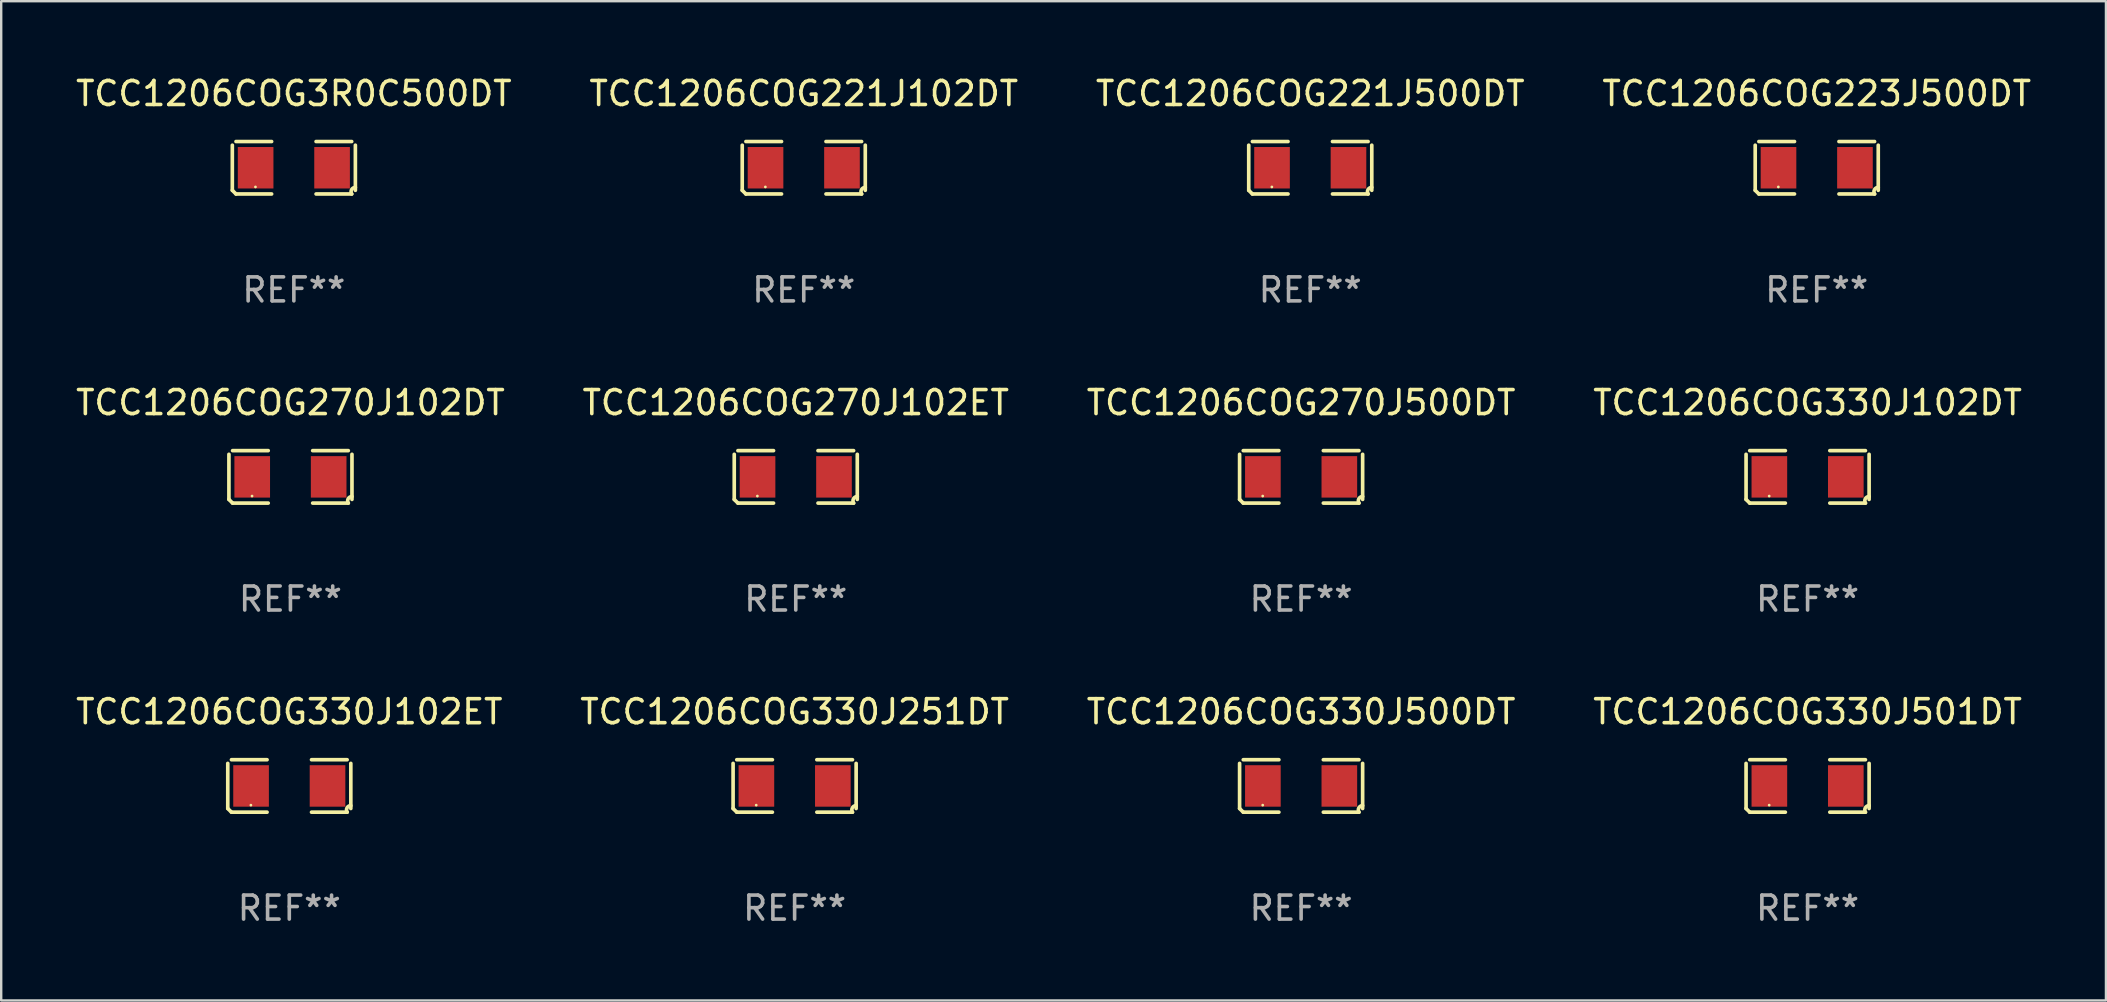
<source format=kicad_pcb>
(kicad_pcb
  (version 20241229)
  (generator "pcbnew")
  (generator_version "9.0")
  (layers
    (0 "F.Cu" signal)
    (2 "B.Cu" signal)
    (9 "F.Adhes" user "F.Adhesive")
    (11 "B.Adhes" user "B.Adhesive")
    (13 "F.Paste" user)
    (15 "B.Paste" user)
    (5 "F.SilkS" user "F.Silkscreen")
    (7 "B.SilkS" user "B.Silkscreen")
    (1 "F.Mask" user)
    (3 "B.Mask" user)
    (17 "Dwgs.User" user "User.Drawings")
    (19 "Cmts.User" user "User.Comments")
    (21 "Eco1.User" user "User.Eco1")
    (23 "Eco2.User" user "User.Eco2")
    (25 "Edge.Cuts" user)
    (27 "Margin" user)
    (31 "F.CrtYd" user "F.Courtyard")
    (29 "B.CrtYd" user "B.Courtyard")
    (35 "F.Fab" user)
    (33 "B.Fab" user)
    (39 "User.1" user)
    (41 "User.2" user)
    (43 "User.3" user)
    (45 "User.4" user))
  (footprint "TCC1206COG270J102DT"
    (layer "F.Cu")
    (at 9.054 16.823)
    (property "Reference" "TCC1206COG270J102DT" (at 0 -3.093 0) (layer "F.SilkS") (effects (font (size 1 1) (thickness 0.15))))
    (attr through_hole)
    (fp_line (start -2.564 0.94) (end -2.564 -0.94) (stroke (width 0.152) (type solid)) (layer "F.SilkS"))
    (fp_line (start -2.411 -1.093) (end -0.926 -1.093) (stroke (width 0.152) (type solid)) (layer "F.SilkS"))
    (fp_line (start -0.926 1.093) (end -2.411 1.093) (stroke (width 0.152) (type solid)) (layer "F.SilkS"))
    (fp_line (start 0.926 1.093) (end 2.411 1.093) (stroke (width 0.152) (type solid)) (layer "F.SilkS"))
    (fp_line (start 2.411 -1.093) (end 0.926 -1.093) (stroke (width 0.152) (type solid)) (layer "F.SilkS"))
    (fp_line (start 2.564 0.94) (end 2.564 -0.94) (stroke (width 0.152) (type solid)) (layer "F.SilkS"))
    (fp_arc (start -2.411201 1.092609) (mid -2.487413 1.01642) (end -2.563602 0.940208) (stroke (width 0.1524) (type solid)) (layer "F.SilkS"))
    (fp_arc (start 2.411201 1.092609) (mid 2.407159 0.911226) (end 2.563602 0.819347) (stroke (width 0.1524) (type solid)) (layer "F.SilkS"))
    (fp_circle (center -1.6 0.8) (end -1.57 0.8) (stroke (width 0.06) (type solid)) (fill no) (layer "F.SilkS"))
    (fp_text user "REF**" (at 0 5.093 0) (layer "F.Fab") (effects (font (size 1 1) (thickness 0.15))))
    (pad "1" smd rect (at -1.593 0) (size 1.485 1.728) (layers "F.Cu" "F.Mask" "F.Paste"))
    (pad "2" smd rect (at 1.593 0) (size 1.485 1.728) (layers "F.Cu" "F.Mask" "F.Paste")))
  (footprint "TCC1206COG330J500DT"
    (layer "F.Cu")
    (at 51.173 29.704)
    (property "Reference" "TCC1206COG330J500DT" (at 0 -3.093 0) (layer "F.SilkS") (effects (font (size 1 1) (thickness 0.15))))
    (attr through_hole)
    (fp_line (start -2.564 0.94) (end -2.564 -0.94) (stroke (width 0.152) (type solid)) (layer "F.SilkS"))
    (fp_line (start -2.411 -1.093) (end -0.926 -1.093) (stroke (width 0.152) (type solid)) (layer "F.SilkS"))
    (fp_line (start -0.926 1.093) (end -2.411 1.093) (stroke (width 0.152) (type solid)) (layer "F.SilkS"))
    (fp_line (start 0.926 1.093) (end 2.411 1.093) (stroke (width 0.152) (type solid)) (layer "F.SilkS"))
    (fp_line (start 2.411 -1.093) (end 0.926 -1.093) (stroke (width 0.152) (type solid)) (layer "F.SilkS"))
    (fp_line (start 2.564 0.94) (end 2.564 -0.94) (stroke (width 0.152) (type solid)) (layer "F.SilkS"))
    (fp_arc (start -2.411201 1.092609) (mid -2.487413 1.01642) (end -2.563602 0.940208) (stroke (width 0.1524) (type solid)) (layer "F.SilkS"))
    (fp_arc (start 2.411201 1.092609) (mid 2.407159 0.911226) (end 2.563602 0.819347) (stroke (width 0.1524) (type solid)) (layer "F.SilkS"))
    (fp_circle (center -1.6 0.8) (end -1.57 0.8) (stroke (width 0.06) (type solid)) (fill no) (layer "F.SilkS"))
    (fp_text user "REF**" (at 0 5.093 0) (layer "F.Fab") (effects (font (size 1 1) (thickness 0.15))))
    (pad "1" smd rect (at -1.593 0) (size 1.485 1.728) (layers "F.Cu" "F.Mask" "F.Paste"))
    (pad "2" smd rect (at 1.593 0) (size 1.485 1.728) (layers "F.Cu" "F.Mask" "F.Paste")))
  (footprint "TCC1206COG330J102DT"
    (layer "F.Cu")
    (at 72.28 16.823)
    (property "Reference" "TCC1206COG330J102DT" (at 0 -3.093 0) (layer "F.SilkS") (effects (font (size 1 1) (thickness 0.15))))
    (attr through_hole)
    (fp_line (start -2.564 0.94) (end -2.564 -0.94) (stroke (width 0.152) (type solid)) (layer "F.SilkS"))
    (fp_line (start -2.411 -1.093) (end -0.926 -1.093) (stroke (width 0.152) (type solid)) (layer "F.SilkS"))
    (fp_line (start -0.926 1.093) (end -2.411 1.093) (stroke (width 0.152) (type solid)) (layer "F.SilkS"))
    (fp_line (start 0.926 1.093) (end 2.411 1.093) (stroke (width 0.152) (type solid)) (layer "F.SilkS"))
    (fp_line (start 2.411 -1.093) (end 0.926 -1.093) (stroke (width 0.152) (type solid)) (layer "F.SilkS"))
    (fp_line (start 2.564 0.94) (end 2.564 -0.94) (stroke (width 0.152) (type solid)) (layer "F.SilkS"))
    (fp_arc (start -2.411201 1.092609) (mid -2.487413 1.01642) (end -2.563602 0.940208) (stroke (width 0.1524) (type solid)) (layer "F.SilkS"))
    (fp_arc (start 2.411201 1.092609) (mid 2.407159 0.911226) (end 2.563602 0.819347) (stroke (width 0.1524) (type solid)) (layer "F.SilkS"))
    (fp_circle (center -1.6 0.8) (end -1.57 0.8) (stroke (width 0.06) (type solid)) (fill no) (layer "F.SilkS"))
    (fp_text user "REF**" (at 0 5.093 0) (layer "F.Fab") (effects (font (size 1 1) (thickness 0.15))))
    (pad "1" smd rect (at -1.593 0) (size 1.485 1.728) (layers "F.Cu" "F.Mask" "F.Paste"))
    (pad "2" smd rect (at 1.593 0) (size 1.485 1.728) (layers "F.Cu" "F.Mask" "F.Paste")))
  (footprint "TCC1206COG223J500DT"
    (layer "F.Cu")
    (at 72.661 3.941)
    (property "Reference" "TCC1206COG223J500DT" (at 0 -3.093 0) (layer "F.SilkS") (effects (font (size 1 1) (thickness 0.15))))
    (attr through_hole)
    (fp_line (start -2.564 0.94) (end -2.564 -0.94) (stroke (width 0.152) (type solid)) (layer "F.SilkS"))
    (fp_line (start -2.411 -1.093) (end -0.926 -1.093) (stroke (width 0.152) (type solid)) (layer "F.SilkS"))
    (fp_line (start -0.926 1.093) (end -2.411 1.093) (stroke (width 0.152) (type solid)) (layer "F.SilkS"))
    (fp_line (start 0.926 1.093) (end 2.411 1.093) (stroke (width 0.152) (type solid)) (layer "F.SilkS"))
    (fp_line (start 2.411 -1.093) (end 0.926 -1.093) (stroke (width 0.152) (type solid)) (layer "F.SilkS"))
    (fp_line (start 2.564 0.94) (end 2.564 -0.94) (stroke (width 0.152) (type solid)) (layer "F.SilkS"))
    (fp_arc (start -2.411201 1.092609) (mid -2.487413 1.01642) (end -2.563602 0.940208) (stroke (width 0.1524) (type solid)) (layer "F.SilkS"))
    (fp_arc (start 2.411201 1.092609) (mid 2.407159 0.911226) (end 2.563602 0.819347) (stroke (width 0.1524) (type solid)) (layer "F.SilkS"))
    (fp_circle (center -1.6 0.8) (end -1.57 0.8) (stroke (width 0.06) (type solid)) (fill no) (layer "F.SilkS"))
    (fp_text user "REF**" (at 0 5.093 0) (layer "F.Fab") (effects (font (size 1 1) (thickness 0.15))))
    (pad "1" smd rect (at -1.593 0) (size 1.485 1.728) (layers "F.Cu" "F.Mask" "F.Paste"))
    (pad "2" smd rect (at 1.593 0) (size 1.485 1.728) (layers "F.Cu" "F.Mask" "F.Paste")))
  (footprint "TCC1206COG270J500DT"
    (layer "F.Cu")
    (at 51.173 16.823)
    (property "Reference" "TCC1206COG270J500DT" (at 0 -3.093 0) (layer "F.SilkS") (effects (font (size 1 1) (thickness 0.15))))
    (attr through_hole)
    (fp_line (start -2.564 0.94) (end -2.564 -0.94) (stroke (width 0.152) (type solid)) (layer "F.SilkS"))
    (fp_line (start -2.411 -1.093) (end -0.926 -1.093) (stroke (width 0.152) (type solid)) (layer "F.SilkS"))
    (fp_line (start -0.926 1.093) (end -2.411 1.093) (stroke (width 0.152) (type solid)) (layer "F.SilkS"))
    (fp_line (start 0.926 1.093) (end 2.411 1.093) (stroke (width 0.152) (type solid)) (layer "F.SilkS"))
    (fp_line (start 2.411 -1.093) (end 0.926 -1.093) (stroke (width 0.152) (type solid)) (layer "F.SilkS"))
    (fp_line (start 2.564 0.94) (end 2.564 -0.94) (stroke (width 0.152) (type solid)) (layer "F.SilkS"))
    (fp_arc (start -2.411201 1.092609) (mid -2.487413 1.01642) (end -2.563602 0.940208) (stroke (width 0.1524) (type solid)) (layer "F.SilkS"))
    (fp_arc (start 2.411201 1.092609) (mid 2.407159 0.911226) (end 2.563602 0.819347) (stroke (width 0.1524) (type solid)) (layer "F.SilkS"))
    (fp_circle (center -1.6 0.8) (end -1.57 0.8) (stroke (width 0.06) (type solid)) (fill no) (layer "F.SilkS"))
    (fp_text user "REF**" (at 0 5.093 0) (layer "F.Fab") (effects (font (size 1 1) (thickness 0.15))))
    (pad "1" smd rect (at -1.593 0) (size 1.485 1.728) (layers "F.Cu" "F.Mask" "F.Paste"))
    (pad "2" smd rect (at 1.593 0) (size 1.485 1.728) (layers "F.Cu" "F.Mask" "F.Paste")))
  (footprint "TCC1206COG270J102ET"
    (layer "F.Cu")
    (at 30.113 16.823)
    (property "Reference" "TCC1206COG270J102ET" (at 0 -3.093 0) (layer "F.SilkS") (effects (font (size 1 1) (thickness 0.15))))
    (attr through_hole)
    (fp_line (start -2.564 0.94) (end -2.564 -0.94) (stroke (width 0.152) (type solid)) (layer "F.SilkS"))
    (fp_line (start -2.411 -1.093) (end -0.926 -1.093) (stroke (width 0.152) (type solid)) (layer "F.SilkS"))
    (fp_line (start -0.926 1.093) (end -2.411 1.093) (stroke (width 0.152) (type solid)) (layer "F.SilkS"))
    (fp_line (start 0.926 1.093) (end 2.411 1.093) (stroke (width 0.152) (type solid)) (layer "F.SilkS"))
    (fp_line (start 2.411 -1.093) (end 0.926 -1.093) (stroke (width 0.152) (type solid)) (layer "F.SilkS"))
    (fp_line (start 2.564 0.94) (end 2.564 -0.94) (stroke (width 0.152) (type solid)) (layer "F.SilkS"))
    (fp_arc (start -2.411201 1.092609) (mid -2.487413 1.01642) (end -2.563602 0.940208) (stroke (width 0.1524) (type solid)) (layer "F.SilkS"))
    (fp_arc (start 2.411201 1.092609) (mid 2.407159 0.911226) (end 2.563602 0.819347) (stroke (width 0.1524) (type solid)) (layer "F.SilkS"))
    (fp_circle (center -1.6 0.8) (end -1.57 0.8) (stroke (width 0.06) (type solid)) (fill no) (layer "F.SilkS"))
    (fp_text user "REF**" (at 0 5.093 0) (layer "F.Fab") (effects (font (size 1 1) (thickness 0.15))))
    (pad "1" smd rect (at -1.593 0) (size 1.485 1.728) (layers "F.Cu" "F.Mask" "F.Paste"))
    (pad "2" smd rect (at 1.593 0) (size 1.485 1.728) (layers "F.Cu" "F.Mask" "F.Paste")))
  (footprint "TCC1206COG330J102ET"
    (layer "F.Cu")
    (at 9.006 29.704)
    (property "Reference" "TCC1206COG330J102ET" (at 0 -3.093 0) (layer "F.SilkS") (effects (font (size 1 1) (thickness 0.15))))
    (attr through_hole)
    (fp_line (start -2.564 0.94) (end -2.564 -0.94) (stroke (width 0.152) (type solid)) (layer "F.SilkS"))
    (fp_line (start -2.411 -1.093) (end -0.926 -1.093) (stroke (width 0.152) (type solid)) (layer "F.SilkS"))
    (fp_line (start -0.926 1.093) (end -2.411 1.093) (stroke (width 0.152) (type solid)) (layer "F.SilkS"))
    (fp_line (start 0.926 1.093) (end 2.411 1.093) (stroke (width 0.152) (type solid)) (layer "F.SilkS"))
    (fp_line (start 2.411 -1.093) (end 0.926 -1.093) (stroke (width 0.152) (type solid)) (layer "F.SilkS"))
    (fp_line (start 2.564 0.94) (end 2.564 -0.94) (stroke (width 0.152) (type solid)) (layer "F.SilkS"))
    (fp_arc (start -2.411201 1.092609) (mid -2.487413 1.01642) (end -2.563602 0.940208) (stroke (width 0.1524) (type solid)) (layer "F.SilkS"))
    (fp_arc (start 2.411201 1.092609) (mid 2.407159 0.911226) (end 2.563602 0.819347) (stroke (width 0.1524) (type solid)) (layer "F.SilkS"))
    (fp_circle (center -1.6 0.8) (end -1.57 0.8) (stroke (width 0.06) (type solid)) (fill no) (layer "F.SilkS"))
    (fp_text user "REF**" (at 0 5.093 0) (layer "F.Fab") (effects (font (size 1 1) (thickness 0.15))))
    (pad "1" smd rect (at -1.593 0) (size 1.485 1.728) (layers "F.Cu" "F.Mask" "F.Paste"))
    (pad "2" smd rect (at 1.593 0) (size 1.485 1.728) (layers "F.Cu" "F.Mask" "F.Paste")))
  (footprint "TCC1206COG221J500DT"
    (layer "F.Cu")
    (at 51.554 3.941)
    (property "Reference" "TCC1206COG221J500DT" (at 0 -3.093 0) (layer "F.SilkS") (effects (font (size 1 1) (thickness 0.15))))
    (attr through_hole)
    (fp_line (start -2.564 0.94) (end -2.564 -0.94) (stroke (width 0.152) (type solid)) (layer "F.SilkS"))
    (fp_line (start -2.411 -1.093) (end -0.926 -1.093) (stroke (width 0.152) (type solid)) (layer "F.SilkS"))
    (fp_line (start -0.926 1.093) (end -2.411 1.093) (stroke (width 0.152) (type solid)) (layer "F.SilkS"))
    (fp_line (start 0.926 1.093) (end 2.411 1.093) (stroke (width 0.152) (type solid)) (layer "F.SilkS"))
    (fp_line (start 2.411 -1.093) (end 0.926 -1.093) (stroke (width 0.152) (type solid)) (layer "F.SilkS"))
    (fp_line (start 2.564 0.94) (end 2.564 -0.94) (stroke (width 0.152) (type solid)) (layer "F.SilkS"))
    (fp_arc (start -2.411201 1.092609) (mid -2.487413 1.01642) (end -2.563602 0.940208) (stroke (width 0.1524) (type solid)) (layer "F.SilkS"))
    (fp_arc (start 2.411201 1.092609) (mid 2.407159 0.911226) (end 2.563602 0.819347) (stroke (width 0.1524) (type solid)) (layer "F.SilkS"))
    (fp_circle (center -1.6 0.8) (end -1.57 0.8) (stroke (width 0.06) (type solid)) (fill no) (layer "F.SilkS"))
    (fp_text user "REF**" (at 0 5.093 0) (layer "F.Fab") (effects (font (size 1 1) (thickness 0.15))))
    (pad "1" smd rect (at -1.593 0) (size 1.485 1.728) (layers "F.Cu" "F.Mask" "F.Paste"))
    (pad "2" smd rect (at 1.593 0) (size 1.485 1.728) (layers "F.Cu" "F.Mask" "F.Paste")))
  (footprint "TCC1206COG3R0C500DT"
    (layer "F.Cu")
    (at 9.196 3.941)
    (property "Reference" "TCC1206COG3R0C500DT" (at 0 -3.093 0) (layer "F.SilkS") (effects (font (size 1 1) (thickness 0.15))))
    (attr through_hole)
    (fp_line (start -2.564 0.94) (end -2.564 -0.94) (stroke (width 0.152) (type solid)) (layer "F.SilkS"))
    (fp_line (start -2.411 -1.093) (end -0.926 -1.093) (stroke (width 0.152) (type solid)) (layer "F.SilkS"))
    (fp_line (start -0.926 1.093) (end -2.411 1.093) (stroke (width 0.152) (type solid)) (layer "F.SilkS"))
    (fp_line (start 0.926 1.093) (end 2.411 1.093) (stroke (width 0.152) (type solid)) (layer "F.SilkS"))
    (fp_line (start 2.411 -1.093) (end 0.926 -1.093) (stroke (width 0.152) (type solid)) (layer "F.SilkS"))
    (fp_line (start 2.564 0.94) (end 2.564 -0.94) (stroke (width 0.152) (type solid)) (layer "F.SilkS"))
    (fp_arc (start -2.411201 1.092609) (mid -2.487413 1.01642) (end -2.563602 0.940208) (stroke (width 0.1524) (type solid)) (layer "F.SilkS"))
    (fp_arc (start 2.411201 1.092609) (mid 2.407159 0.911226) (end 2.563602 0.819347) (stroke (width 0.1524) (type solid)) (layer "F.SilkS"))
    (fp_circle (center -1.6 0.8) (end -1.57 0.8) (stroke (width 0.06) (type solid)) (fill no) (layer "F.SilkS"))
    (fp_text user "REF**" (at 0 5.093 0) (layer "F.Fab") (effects (font (size 1 1) (thickness 0.15))))
    (pad "1" smd rect (at -1.593 0) (size 1.485 1.728) (layers "F.Cu" "F.Mask" "F.Paste"))
    (pad "2" smd rect (at 1.593 0) (size 1.485 1.728) (layers "F.Cu" "F.Mask" "F.Paste")))
  (footprint "TCC1206COG330J251DT"
    (layer "F.Cu")
    (at 30.065 29.704)
    (property "Reference" "TCC1206COG330J251DT" (at 0 -3.093 0) (layer "F.SilkS") (effects (font (size 1 1) (thickness 0.15))))
    (attr through_hole)
    (fp_line (start -2.564 0.94) (end -2.564 -0.94) (stroke (width 0.152) (type solid)) (layer "F.SilkS"))
    (fp_line (start -2.411 -1.093) (end -0.926 -1.093) (stroke (width 0.152) (type solid)) (layer "F.SilkS"))
    (fp_line (start -0.926 1.093) (end -2.411 1.093) (stroke (width 0.152) (type solid)) (layer "F.SilkS"))
    (fp_line (start 0.926 1.093) (end 2.411 1.093) (stroke (width 0.152) (type solid)) (layer "F.SilkS"))
    (fp_line (start 2.411 -1.093) (end 0.926 -1.093) (stroke (width 0.152) (type solid)) (layer "F.SilkS"))
    (fp_line (start 2.564 0.94) (end 2.564 -0.94) (stroke (width 0.152) (type solid)) (layer "F.SilkS"))
    (fp_arc (start -2.411201 1.092609) (mid -2.487413 1.01642) (end -2.563602 0.940208) (stroke (width 0.1524) (type solid)) (layer "F.SilkS"))
    (fp_arc (start 2.411201 1.092609) (mid 2.407159 0.911226) (end 2.563602 0.819347) (stroke (width 0.1524) (type solid)) (layer "F.SilkS"))
    (fp_circle (center -1.6 0.8) (end -1.57 0.8) (stroke (width 0.06) (type solid)) (fill no) (layer "F.SilkS"))
    (fp_text user "REF**" (at 0 5.093 0) (layer "F.Fab") (effects (font (size 1 1) (thickness 0.15))))
    (pad "1" smd rect (at -1.593 0) (size 1.485 1.728) (layers "F.Cu" "F.Mask" "F.Paste"))
    (pad "2" smd rect (at 1.593 0) (size 1.485 1.728) (layers "F.Cu" "F.Mask" "F.Paste")))
  (footprint "TCC1206COG221J102DT"
    (layer "F.Cu")
    (at 30.446 3.941)
    (property "Reference" "TCC1206COG221J102DT" (at 0 -3.093 0) (layer "F.SilkS") (effects (font (size 1 1) (thickness 0.15))))
    (attr through_hole)
    (fp_line (start -2.564 0.94) (end -2.564 -0.94) (stroke (width 0.152) (type solid)) (layer "F.SilkS"))
    (fp_line (start -2.411 -1.093) (end -0.926 -1.093) (stroke (width 0.152) (type solid)) (layer "F.SilkS"))
    (fp_line (start -0.926 1.093) (end -2.411 1.093) (stroke (width 0.152) (type solid)) (layer "F.SilkS"))
    (fp_line (start 0.926 1.093) (end 2.411 1.093) (stroke (width 0.152) (type solid)) (layer "F.SilkS"))
    (fp_line (start 2.411 -1.093) (end 0.926 -1.093) (stroke (width 0.152) (type solid)) (layer "F.SilkS"))
    (fp_line (start 2.564 0.94) (end 2.564 -0.94) (stroke (width 0.152) (type solid)) (layer "F.SilkS"))
    (fp_arc (start -2.411201 1.092609) (mid -2.487413 1.01642) (end -2.563602 0.940208) (stroke (width 0.1524) (type solid)) (layer "F.SilkS"))
    (fp_arc (start 2.411201 1.092609) (mid 2.407159 0.911226) (end 2.563602 0.819347) (stroke (width 0.1524) (type solid)) (layer "F.SilkS"))
    (fp_circle (center -1.6 0.8) (end -1.57 0.8) (stroke (width 0.06) (type solid)) (fill no) (layer "F.SilkS"))
    (fp_text user "REF**" (at 0 5.093 0) (layer "F.Fab") (effects (font (size 1 1) (thickness 0.15))))
    (pad "1" smd rect (at -1.593 0) (size 1.485 1.728) (layers "F.Cu" "F.Mask" "F.Paste"))
    (pad "2" smd rect (at 1.593 0) (size 1.485 1.728) (layers "F.Cu" "F.Mask" "F.Paste")))
  (footprint "TCC1206COG330J501DT"
    (layer "F.Cu")
    (at 72.28 29.704)
    (property "Reference" "TCC1206COG330J501DT" (at 0 -3.093 0) (layer "F.SilkS") (effects (font (size 1 1) (thickness 0.15))))
    (attr through_hole)
    (fp_line (start -2.564 0.94) (end -2.564 -0.94) (stroke (width 0.152) (type solid)) (layer "F.SilkS"))
    (fp_line (start -2.411 -1.093) (end -0.926 -1.093) (stroke (width 0.152) (type solid)) (layer "F.SilkS"))
    (fp_line (start -0.926 1.093) (end -2.411 1.093) (stroke (width 0.152) (type solid)) (layer "F.SilkS"))
    (fp_line (start 0.926 1.093) (end 2.411 1.093) (stroke (width 0.152) (type solid)) (layer "F.SilkS"))
    (fp_line (start 2.411 -1.093) (end 0.926 -1.093) (stroke (width 0.152) (type solid)) (layer "F.SilkS"))
    (fp_line (start 2.564 0.94) (end 2.564 -0.94) (stroke (width 0.152) (type solid)) (layer "F.SilkS"))
    (fp_arc (start -2.411201 1.092609) (mid -2.487413 1.01642) (end -2.563602 0.940208) (stroke (width 0.1524) (type solid)) (layer "F.SilkS"))
    (fp_arc (start 2.411201 1.092609) (mid 2.407159 0.911226) (end 2.563602 0.819347) (stroke (width 0.1524) (type solid)) (layer "F.SilkS"))
    (fp_circle (center -1.6 0.8) (end -1.57 0.8) (stroke (width 0.06) (type solid)) (fill no) (layer "F.SilkS"))
    (fp_text user "REF**" (at 0 5.093 0) (layer "F.Fab") (effects (font (size 1 1) (thickness 0.15))))
    (pad "1" smd rect (at -1.593 0) (size 1.485 1.728) (layers "F.Cu" "F.Mask" "F.Paste"))
    (pad "2" smd rect (at 1.593 0) (size 1.485 1.728) (layers "F.Cu" "F.Mask" "F.Paste")))
  (gr_rect
    (start -3 -3)
    (end 84.714 38.645)
    (stroke (width 0.1) (type default))
    (fill no)
    (layer "Edge.Cuts")))
</source>
